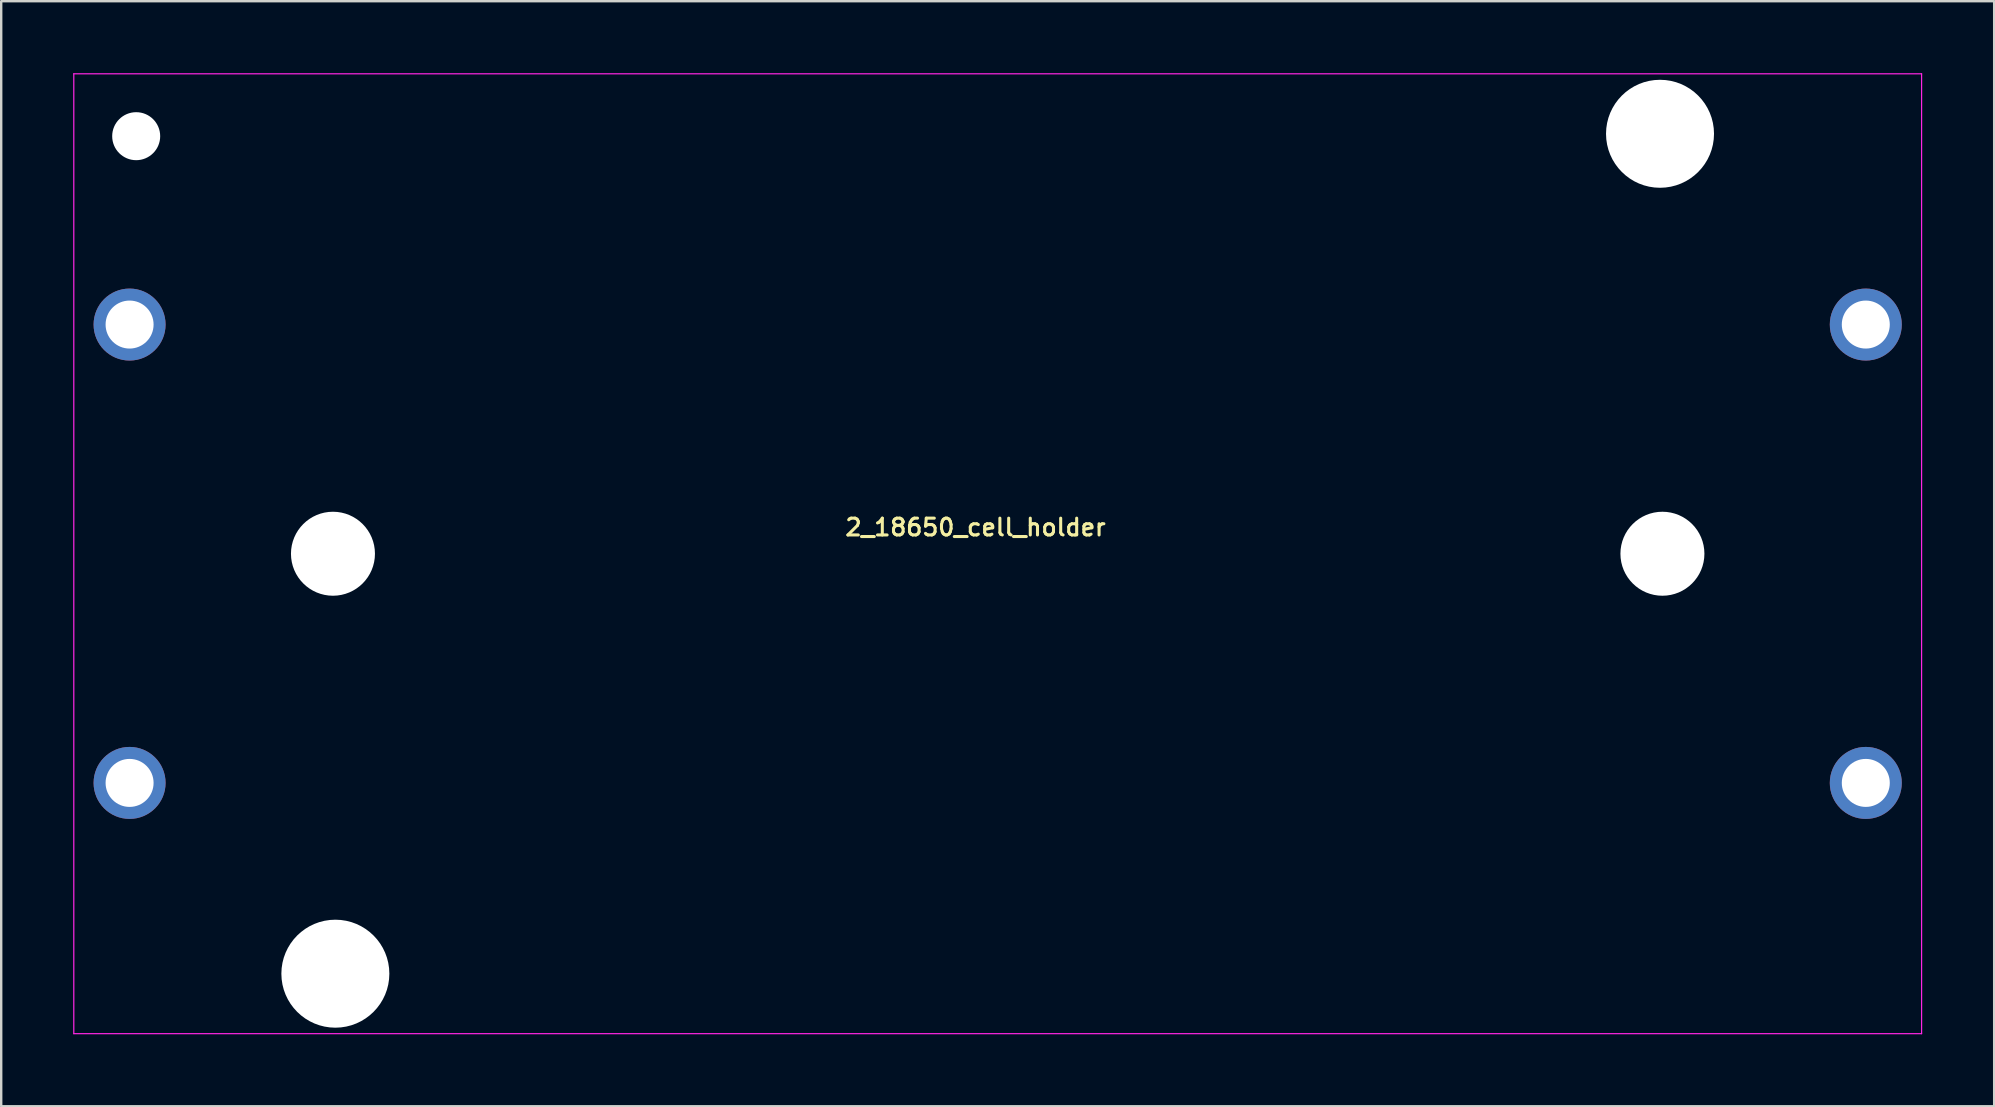
<source format=kicad_pcb>
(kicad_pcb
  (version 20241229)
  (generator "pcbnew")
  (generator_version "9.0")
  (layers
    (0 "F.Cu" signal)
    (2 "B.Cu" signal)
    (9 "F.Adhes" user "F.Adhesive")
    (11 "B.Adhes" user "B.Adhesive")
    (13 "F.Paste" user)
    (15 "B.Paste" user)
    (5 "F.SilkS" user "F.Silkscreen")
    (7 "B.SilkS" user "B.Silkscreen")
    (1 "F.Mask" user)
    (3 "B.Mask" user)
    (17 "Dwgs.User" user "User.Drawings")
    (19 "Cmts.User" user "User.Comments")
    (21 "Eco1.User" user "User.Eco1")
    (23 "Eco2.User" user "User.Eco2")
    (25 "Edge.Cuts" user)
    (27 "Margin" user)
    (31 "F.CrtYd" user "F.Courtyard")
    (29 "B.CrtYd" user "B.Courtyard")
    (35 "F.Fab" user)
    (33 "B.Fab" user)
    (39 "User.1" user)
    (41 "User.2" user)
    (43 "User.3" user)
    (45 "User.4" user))
  (footprint "2_18650_cell_holder"
    (layer "F.Cu")
    (at 38.525 20.025)
    (property "Reference" "2_18650_cell_holder" (at -0.925 -1.1 0) (unlocked yes) (layer "F.SilkS") (effects (font (size 0.7 0.7) (thickness 0.127))))
    (attr exclude_from_pos_files)
    (fp_line (start -38.5 -20) (end -38.5 20) (stroke (width 0.05) (type default)) (layer "F.CrtYd"))
    (fp_line (start -38.5 20) (end 38.5 20) (stroke (width 0.05) (type default)) (layer "F.CrtYd"))
    (fp_line (start 38.5 -20) (end -38.5 -20) (stroke (width 0.05) (type default)) (layer "F.CrtYd"))
    (fp_line (start 38.5 20) (end 38.5 -20) (stroke (width 0.05) (type default)) (layer "F.CrtYd"))
    (pad "" np_thru_hole circle (at -35.9 -17.4) (size 2 2) (drill 2) (layers "*.Cu" "*.Mask"))
    (pad "" np_thru_hole circle (at -27.7 0) (size 3.5 3.5) (drill 3.5) (layers "*.Cu" "*.Mask"))
    (pad "" np_thru_hole circle (at -27.6 17.5) (size 4.5 4.5) (drill 4.5) (layers "*.Cu" "*.Mask"))
    (pad "" np_thru_hole circle (at 27.6 -17.5) (size 4.5 4.5) (drill 4.5) (layers "*.Cu" "*.Mask"))
    (pad "" np_thru_hole circle (at 27.7 0) (size 3.5 3.5) (drill 3.5) (layers "*.Cu" "*.Mask"))
    (pad "1" thru_hole circle (at -36.175 -9.55) (size 3 3) (drill 2) (layers "*.Cu" "*.Mask"))
    (pad "2" thru_hole circle (at 36.175 -9.55) (size 3 3) (drill 2) (layers "*.Cu" "*.Mask"))
    (pad "3" thru_hole circle (at 36.175 9.55) (size 3 3) (drill 2) (layers "*.Cu" "*.Mask"))
    (pad "4" thru_hole circle (at -36.175 9.55) (size 3 3) (drill 2) (layers "*.Cu" "*.Mask")))
  (gr_rect
    (start -3 -3)
    (end 80.05 43.05)
    (stroke (width 0.1) (type default))
    (fill no)
    (layer "Edge.Cuts")))
</source>
